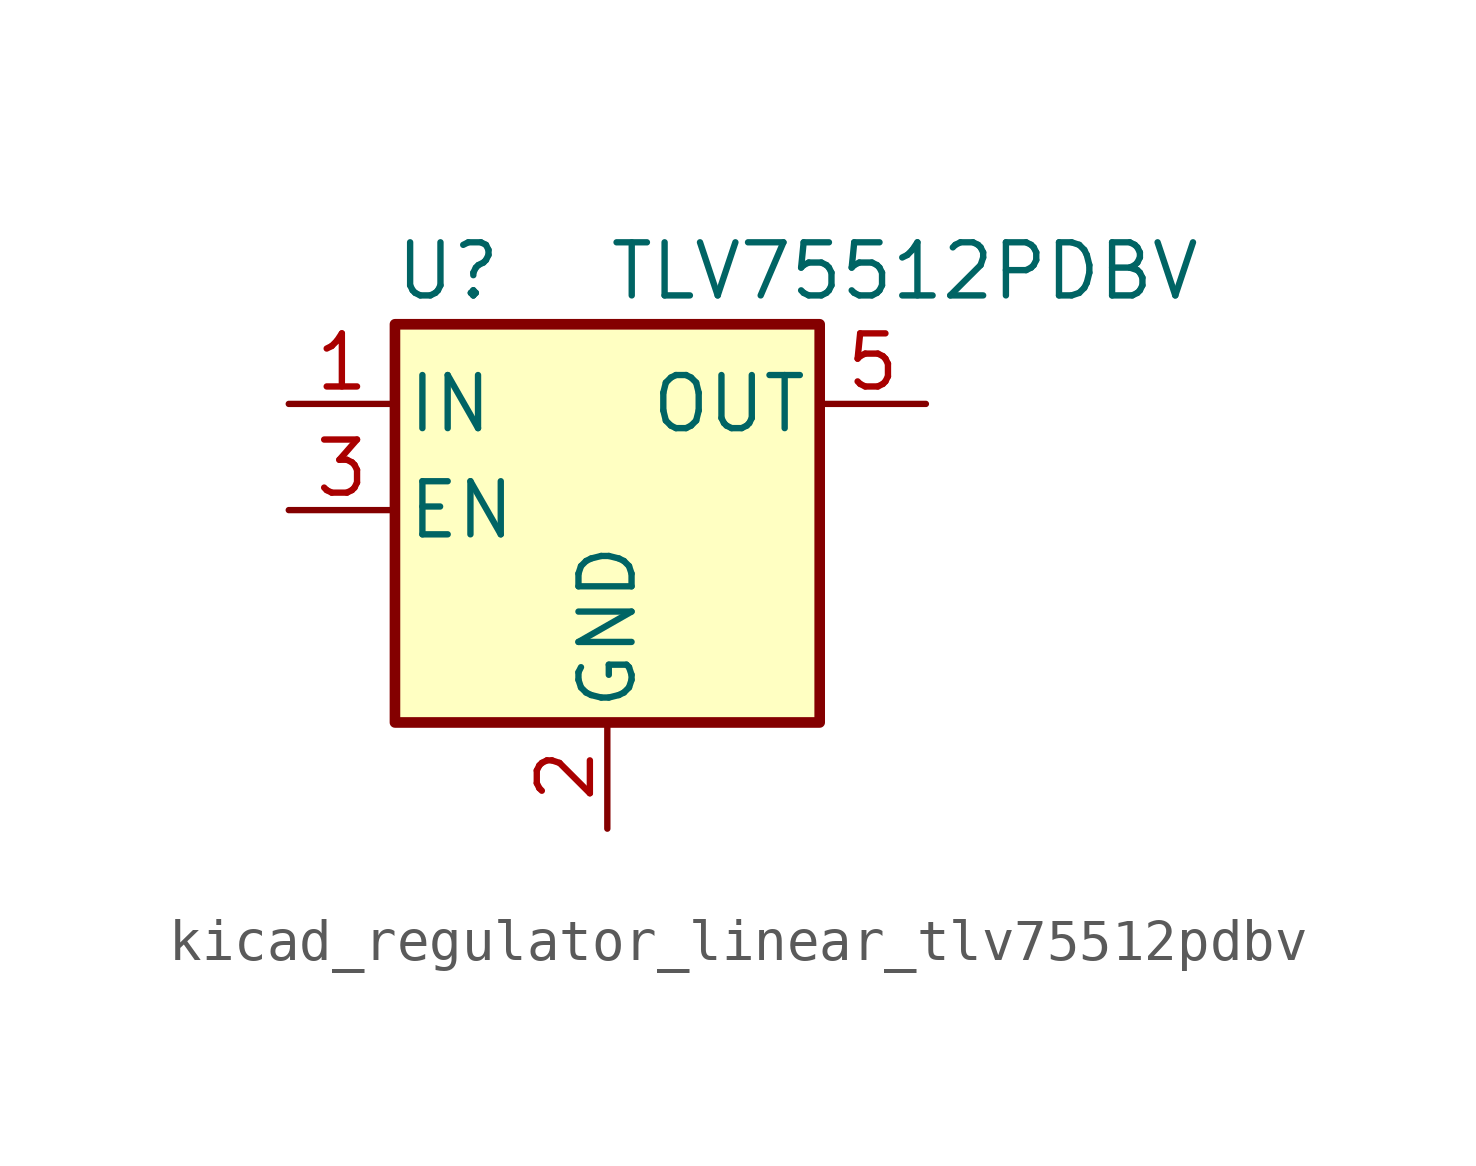
<source format=kicad_sym>
(kicad_symbol_lib
  (version 20220914)
  (generator kicad_symbol_editor)
  (symbol "kicad_regulator_linear_tlv75512pdbv"
    (pin_names
      (offset 0.254))
    (property "Reference" "U"
      (at -3.81 5.715 0)
      (effects (font (size 1.27 1.27))))
    (property "Value" "TLV75512PDBV"
      (at 0 5.715 0)
      (effects (font (size 1.27 1.27)) (justify left)))
    (symbol "kicad_regulator_linear_tlv75512pdbv_0_1"
      (rectangle (start -5.08 4.445) (end 5.08 -5.08) (stroke (width 0.254) (type default)) (fill (type background))))
    (symbol "kicad_regulator_linear_tlv75512pdbv_1_1"
      (pin power_in line (at -7.62 2.54 0) (length 2.54) (name "IN" (effects (font (size 1.27 1.27)))) (number "1" (effects (font (size 1.27 1.27)))))
      (pin power_in line (at 0 -7.62 90) (length 2.54) (name "GND" (effects (font (size 1.27 1.27)))) (number "2" (effects (font (size 1.27 1.27)))))
      (pin input line (at -7.62 0 0) (length 2.54) (name "EN" (effects (font (size 1.27 1.27)))) (number "3" (effects (font (size 1.27 1.27)))))
      (pin no_connect line (at 5.08 0 180) (length 2.54) hide (name "NC" (effects (font (size 1.27 1.27)))) (number "4" (effects (font (size 1.27 1.27)))))
      (pin power_out line (at 7.62 2.54 180) (length 2.54) (name "OUT" (effects (font (size 1.27 1.27)))) (number "5" (effects (font (size 1.27 1.27))))))))
</source>
